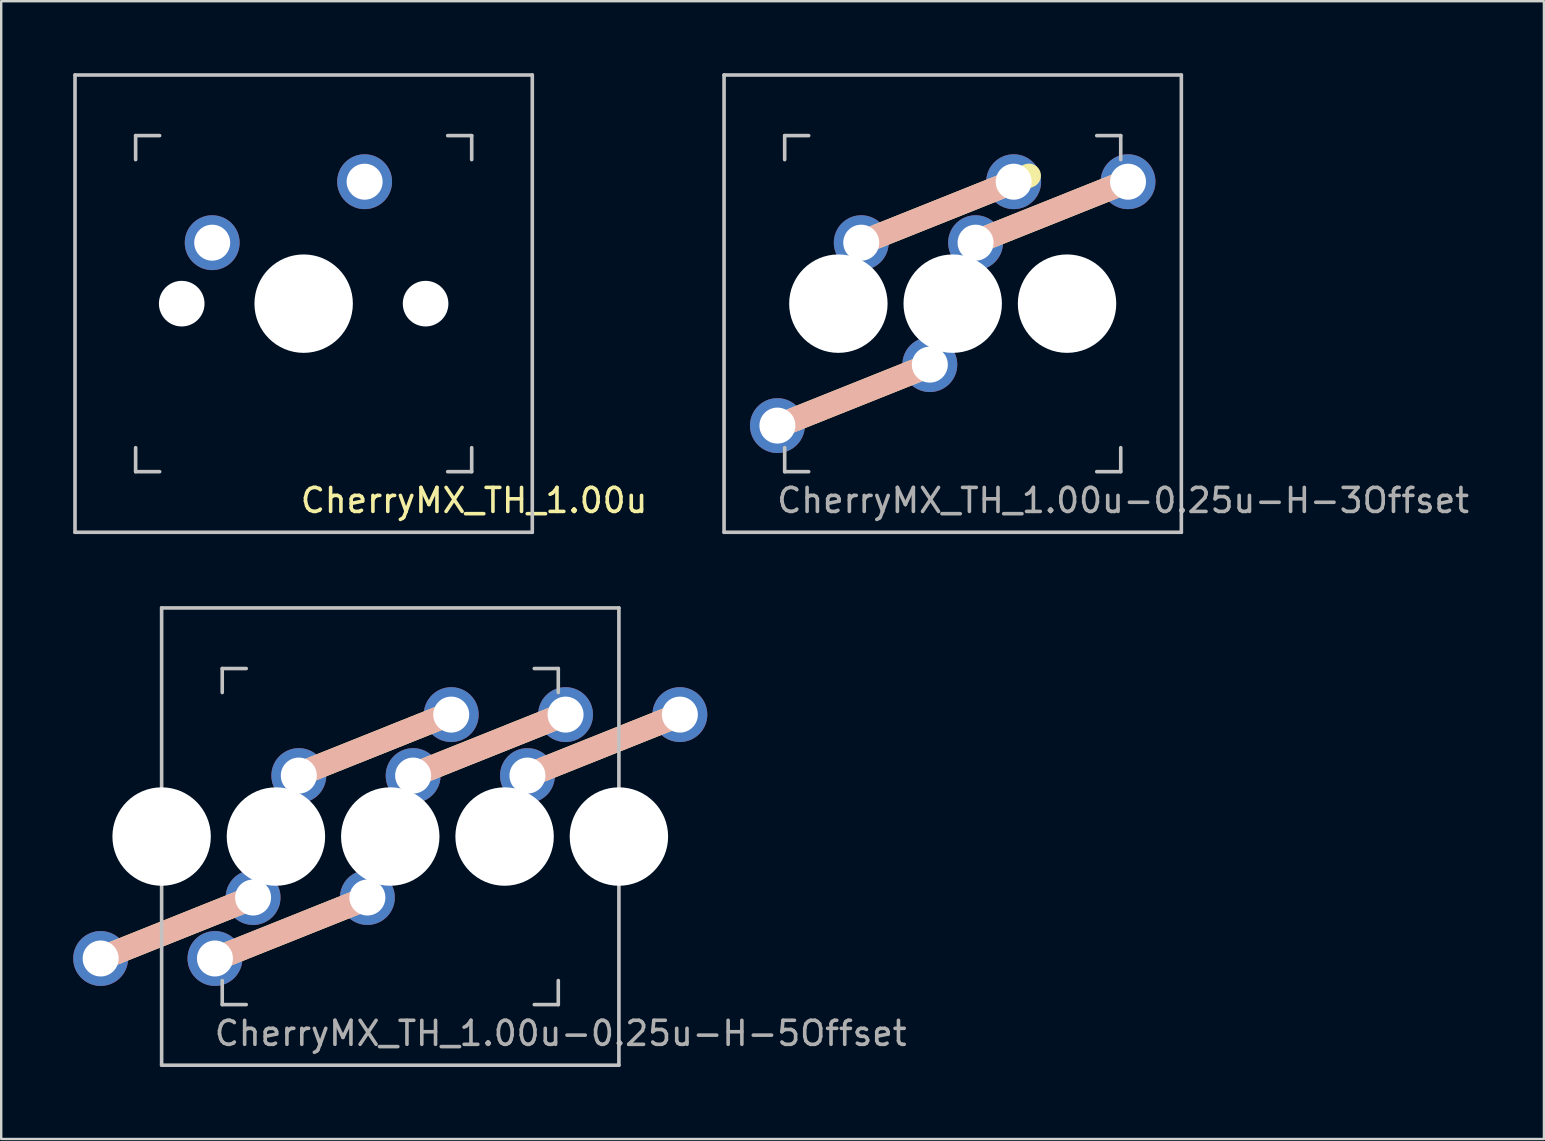
<source format=kicad_pcb>
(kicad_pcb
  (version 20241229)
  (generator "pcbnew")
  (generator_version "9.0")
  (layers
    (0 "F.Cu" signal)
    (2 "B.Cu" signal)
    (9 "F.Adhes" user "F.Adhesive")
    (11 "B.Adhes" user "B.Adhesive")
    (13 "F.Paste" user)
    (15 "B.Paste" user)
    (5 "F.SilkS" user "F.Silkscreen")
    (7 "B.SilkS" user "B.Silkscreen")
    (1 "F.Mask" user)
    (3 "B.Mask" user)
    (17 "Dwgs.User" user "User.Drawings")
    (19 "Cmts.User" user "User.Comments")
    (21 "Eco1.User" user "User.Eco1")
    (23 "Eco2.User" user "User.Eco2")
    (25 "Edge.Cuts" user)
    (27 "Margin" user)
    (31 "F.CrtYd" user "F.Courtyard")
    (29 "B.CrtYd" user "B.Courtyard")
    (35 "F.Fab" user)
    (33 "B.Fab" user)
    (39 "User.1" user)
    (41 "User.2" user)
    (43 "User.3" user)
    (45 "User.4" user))
  (footprint "CherryMX_TH_1.00u-0.25u-H-5Offset"
    (layer "F.Cu")
    (at 13.208 31.8)
    (property "Reference" "CherryMX_TH_1.00u-0.25u-H-5Offset" (at 7.1 8.2 0) (layer "F.Fab") (effects (font (size 1 1) (thickness 0.15))))
    (attr through_hole)
    (fp_line (start -5.715 2.54) (end -12.065 5.08) (stroke (width 1) (type solid)) (layer "F.SilkS"))
    (fp_line (start -0.889 2.54) (end -7.239 5.08) (stroke (width 1) (type solid)) (layer "F.SilkS"))
    (fp_line (start 2.413 -5.08) (end -3.937 -2.54) (stroke (width 1) (type solid)) (layer "F.SilkS"))
    (fp_line (start 7.239 -5.08) (end 0.889 -2.54) (stroke (width 1) (type solid)) (layer "F.SilkS"))
    (fp_line (start 12.065 -5.08) (end 5.715 -2.54) (stroke (width 1) (type solid)) (layer "F.SilkS"))
    (fp_line (start -5.715 2.54) (end -12.065 5.08) (stroke (width 1) (type solid)) (layer "B.SilkS"))
    (fp_line (start -0.889 2.54) (end -7.239 5.08) (stroke (width 1) (type solid)) (layer "B.SilkS"))
    (fp_line (start 2.413 -5.08) (end -3.937 -2.54) (stroke (width 1) (type solid)) (layer "B.SilkS"))
    (fp_line (start 7.239 -5.08) (end 0.889 -2.54) (stroke (width 1) (type solid)) (layer "B.SilkS"))
    (fp_line (start 12.065 -5.08) (end 5.715 -2.54) (stroke (width 1) (type solid)) (layer "B.SilkS"))
    (fp_line (start -9.525 -9.525) (end 9.525 -9.525) (stroke (width 0.15) (type solid)) (layer "Dwgs.User"))
    (fp_line (start -9.525 9.525) (end -9.525 -9.525) (stroke (width 0.15) (type solid)) (layer "Dwgs.User"))
    (fp_line (start -7 -7) (end -6 -7) (stroke (width 0.15) (type solid)) (layer "Dwgs.User"))
    (fp_line (start -7 -6) (end -7 -7) (stroke (width 0.15) (type solid)) (layer "Dwgs.User"))
    (fp_line (start -7 6) (end -7 7) (stroke (width 0.15) (type solid)) (layer "Dwgs.User"))
    (fp_line (start -7 7) (end -6 7) (stroke (width 0.15) (type solid)) (layer "Dwgs.User"))
    (fp_line (start 6 7) (end 7 7) (stroke (width 0.15) (type solid)) (layer "Dwgs.User"))
    (fp_line (start 7 -7) (end 6 -7) (stroke (width 0.15) (type solid)) (layer "Dwgs.User"))
    (fp_line (start 7 -7) (end 7 -6) (stroke (width 0.15) (type solid)) (layer "Dwgs.User"))
    (fp_line (start 7 7) (end 7 6) (stroke (width 0.15) (type solid)) (layer "Dwgs.User"))
    (fp_line (start 9.525 -9.525) (end 9.525 9.525) (stroke (width 0.15) (type solid)) (layer "Dwgs.User"))
    (fp_line (start 9.525 9.525) (end -9.525 9.525) (stroke (width 0.15) (type solid)) (layer "Dwgs.User"))
    (pad "" np_thru_hole circle (at -9.525 0 270) (size 4.1 4.1) (drill 4.1) (layers "*.Cu" "*.Mask"))
    (pad "" np_thru_hole circle (at -5.08 0) (size 1.9 1.9) (drill 1.9) (layers "*.Cu" "*.Mask"))
    (pad "" np_thru_hole circle (at -4.763 0 270) (size 4.1 4.1) (drill 4.1) (layers "*.Cu" "*.Mask"))
    (pad "" np_thru_hole circle (at 0 0 90) (size 4.1 4.1) (drill 4.1) (layers "*.Cu" "*.Mask"))
    (pad "" np_thru_hole circle (at 4.763 0 90) (size 4.1 4.1) (drill 4.1) (layers "*.Cu" "*.Mask"))
    (pad "" np_thru_hole circle (at 5.08 0) (size 1.9 1.9) (drill 1.9) (layers "*.Cu" "*.Mask"))
    (pad "" np_thru_hole circle (at 9.525 0 90) (size 4.1 4.1) (drill 4.1) (layers "*.Cu" "*.Mask"))
    (pad "1" thru_hole circle (at -5.715 2.54 180) (size 2.286 2.286) (drill 1.499) (layers "*.Cu" "B.Mask"))
    (pad "1" thru_hole circle (at -3.81 -2.54) (size 2.286 2.286) (drill 1.499) (layers "*.Cu" "B.Mask"))
    (pad "1" thru_hole circle (at -0.953 2.54 180) (size 2.286 2.286) (drill 1.499) (layers "*.Cu" "B.Mask"))
    (pad "1" thru_hole circle (at 0.953 -2.54) (size 2.286 2.286) (drill 1.499) (layers "*.Cu" "B.Mask"))
    (pad "1" thru_hole circle (at 5.715 -2.54) (size 2.286 2.286) (drill 1.499) (layers "*.Cu" "B.Mask"))
    (pad "2" thru_hole circle (at -12.065 5.08 180) (size 2.286 2.286) (drill 1.499) (layers "*.Cu" "B.Mask"))
    (pad "2" thru_hole circle (at -7.303 5.08 180) (size 2.286 2.286) (drill 1.499) (layers "*.Cu" "B.Mask"))
    (pad "2" thru_hole circle (at 2.54 -5.08) (size 2.286 2.286) (drill 1.499) (layers "*.Cu" "B.Mask"))
    (pad "2" thru_hole circle (at 7.303 -5.08) (size 2.286 2.286) (drill 1.499) (layers "*.Cu" "B.Mask"))
    (pad "2" thru_hole circle (at 12.065 -5.08) (size 2.286 2.286) (drill 1.499) (layers "*.Cu" "B.Mask")))
  (footprint "CherryMX_TH_1.00u"
    (layer "F.Cu")
    (at 9.6 9.6)
    (property "Reference" "CherryMX_TH_1.00u" (at 7.1 8.2 0) (layer "F.SilkS") (effects (font (size 1 1) (thickness 0.15))))
    (attr through_hole)
    (fp_line (start -9.525 -9.525) (end 9.525 -9.525) (stroke (width 0.15) (type solid)) (layer "Dwgs.User"))
    (fp_line (start -9.525 9.525) (end -9.525 -9.525) (stroke (width 0.15) (type solid)) (layer "Dwgs.User"))
    (fp_line (start -7 -7) (end -6 -7) (stroke (width 0.15) (type solid)) (layer "Dwgs.User"))
    (fp_line (start -7 -6) (end -7 -7) (stroke (width 0.15) (type solid)) (layer "Dwgs.User"))
    (fp_line (start -7 6) (end -7 7) (stroke (width 0.15) (type solid)) (layer "Dwgs.User"))
    (fp_line (start -7 7) (end -6 7) (stroke (width 0.15) (type solid)) (layer "Dwgs.User"))
    (fp_line (start 6 7) (end 7 7) (stroke (width 0.15) (type solid)) (layer "Dwgs.User"))
    (fp_line (start 7 -7) (end 6 -7) (stroke (width 0.15) (type solid)) (layer "Dwgs.User"))
    (fp_line (start 7 -7) (end 7 -6) (stroke (width 0.15) (type solid)) (layer "Dwgs.User"))
    (fp_line (start 7 7) (end 7 6) (stroke (width 0.15) (type solid)) (layer "Dwgs.User"))
    (fp_line (start 9.525 -9.525) (end 9.525 9.525) (stroke (width 0.15) (type solid)) (layer "Dwgs.User"))
    (fp_line (start 9.525 9.525) (end -9.525 9.525) (stroke (width 0.15) (type solid)) (layer "Dwgs.User"))
    (pad "" np_thru_hole circle (at -5.08 0) (size 1.9 1.9) (drill 1.9) (layers "*.Cu" "*.Mask"))
    (pad "" np_thru_hole circle (at 0 0 90) (size 4.1 4.1) (drill 4.1) (layers "*.Cu" "*.Mask"))
    (pad "" np_thru_hole circle (at 5.08 0) (size 1.9 1.9) (drill 1.9) (layers "*.Cu" "*.Mask"))
    (pad "1" thru_hole circle (at -3.81 -2.54) (size 2.286 2.286) (drill 1.499) (layers "*.Cu" "B.Mask"))
    (pad "2" thru_hole circle (at 2.54 -5.08) (size 2.286 2.286) (drill 1.499) (layers "*.Cu" "B.Mask")))
  (footprint "CherryMX_TH_1.00u-0.25u-H-3Offset"
    (layer "F.Cu")
    (at 36.639 9.6)
    (property "Reference" "CherryMX_TH_1.00u-0.25u-H-3Offset" (at 7.1 8.2 0) (layer "F.Fab") (effects (font (size 1 1) (thickness 0.15))))
    (attr through_hole)
    (fp_line (start -0.889 2.54) (end -7.239 5.08) (stroke (width 1) (type solid)) (layer "F.SilkS"))
    (fp_line (start 3.175 -5.334) (end -3.175 -2.794) (stroke (width 1) (type solid)) (layer "F.SilkS"))
    (fp_line (start 7.239 -5.08) (end 0.889 -2.54) (stroke (width 1) (type solid)) (layer "F.SilkS"))
    (fp_line (start -0.889 2.54) (end -7.239 5.08) (stroke (width 1) (type solid)) (layer "B.SilkS"))
    (fp_line (start 2.54 -5.08) (end -3.81 -2.54) (stroke (width 1) (type solid)) (layer "B.SilkS"))
    (fp_line (start 7.239 -5.08) (end 0.889 -2.54) (stroke (width 1) (type solid)) (layer "B.SilkS"))
    (fp_line (start -9.525 -9.525) (end 9.525 -9.525) (stroke (width 0.15) (type solid)) (layer "Dwgs.User"))
    (fp_line (start -9.525 9.525) (end -9.525 -9.525) (stroke (width 0.15) (type solid)) (layer "Dwgs.User"))
    (fp_line (start -7 -7) (end -6 -7) (stroke (width 0.15) (type solid)) (layer "Dwgs.User"))
    (fp_line (start -7 -6) (end -7 -7) (stroke (width 0.15) (type solid)) (layer "Dwgs.User"))
    (fp_line (start -7 6) (end -7 7) (stroke (width 0.15) (type solid)) (layer "Dwgs.User"))
    (fp_line (start -7 7) (end -6 7) (stroke (width 0.15) (type solid)) (layer "Dwgs.User"))
    (fp_line (start 6 7) (end 7 7) (stroke (width 0.15) (type solid)) (layer "Dwgs.User"))
    (fp_line (start 7 -7) (end 6 -7) (stroke (width 0.15) (type solid)) (layer "Dwgs.User"))
    (fp_line (start 7 -7) (end 7 -6) (stroke (width 0.15) (type solid)) (layer "Dwgs.User"))
    (fp_line (start 7 7) (end 7 6) (stroke (width 0.15) (type solid)) (layer "Dwgs.User"))
    (fp_line (start 9.525 -9.525) (end 9.525 9.525) (stroke (width 0.15) (type solid)) (layer "Dwgs.User"))
    (fp_line (start 9.525 9.525) (end -9.525 9.525) (stroke (width 0.15) (type solid)) (layer "Dwgs.User"))
    (pad "" np_thru_hole circle (at -5.08 0) (size 1.9 1.9) (drill 1.9) (layers "*.Cu" "*.Mask"))
    (pad "" np_thru_hole circle (at -4.763 0 270) (size 4.1 4.1) (drill 4.1) (layers "*.Cu" "*.Mask"))
    (pad "" np_thru_hole circle (at 0 0 90) (size 4.1 4.1) (drill 4.1) (layers "*.Cu" "*.Mask"))
    (pad "" np_thru_hole circle (at 4.763 0 90) (size 4.1 4.1) (drill 4.1) (layers "*.Cu" "*.Mask"))
    (pad "" np_thru_hole circle (at 5.08 0) (size 1.9 1.9) (drill 1.9) (layers "*.Cu" "*.Mask"))
    (pad "1" thru_hole circle (at -3.81 -2.54) (size 2.286 2.286) (drill 1.499) (layers "*.Cu" "B.Mask"))
    (pad "1" thru_hole circle (at -0.953 2.54 180) (size 2.286 2.286) (drill 1.499) (layers "*.Cu" "B.Mask"))
    (pad "1" thru_hole circle (at 0.953 -2.54) (size 2.286 2.286) (drill 1.499) (layers "*.Cu" "B.Mask"))
    (pad "2" thru_hole circle (at -7.303 5.08 180) (size 2.286 2.286) (drill 1.499) (layers "*.Cu" "B.Mask"))
    (pad "2" thru_hole circle (at 2.54 -5.08) (size 2.286 2.286) (drill 1.499) (layers "*.Cu" "B.Mask"))
    (pad "2" thru_hole circle (at 7.303 -5.08) (size 2.286 2.286) (drill 1.499) (layers "*.Cu" "B.Mask")))
  (gr_rect
    (start -3 -3)
    (end 61.269 44.4)
    (stroke (width 0.1) (type default))
    (fill no)
    (layer "Edge.Cuts")))
</source>
